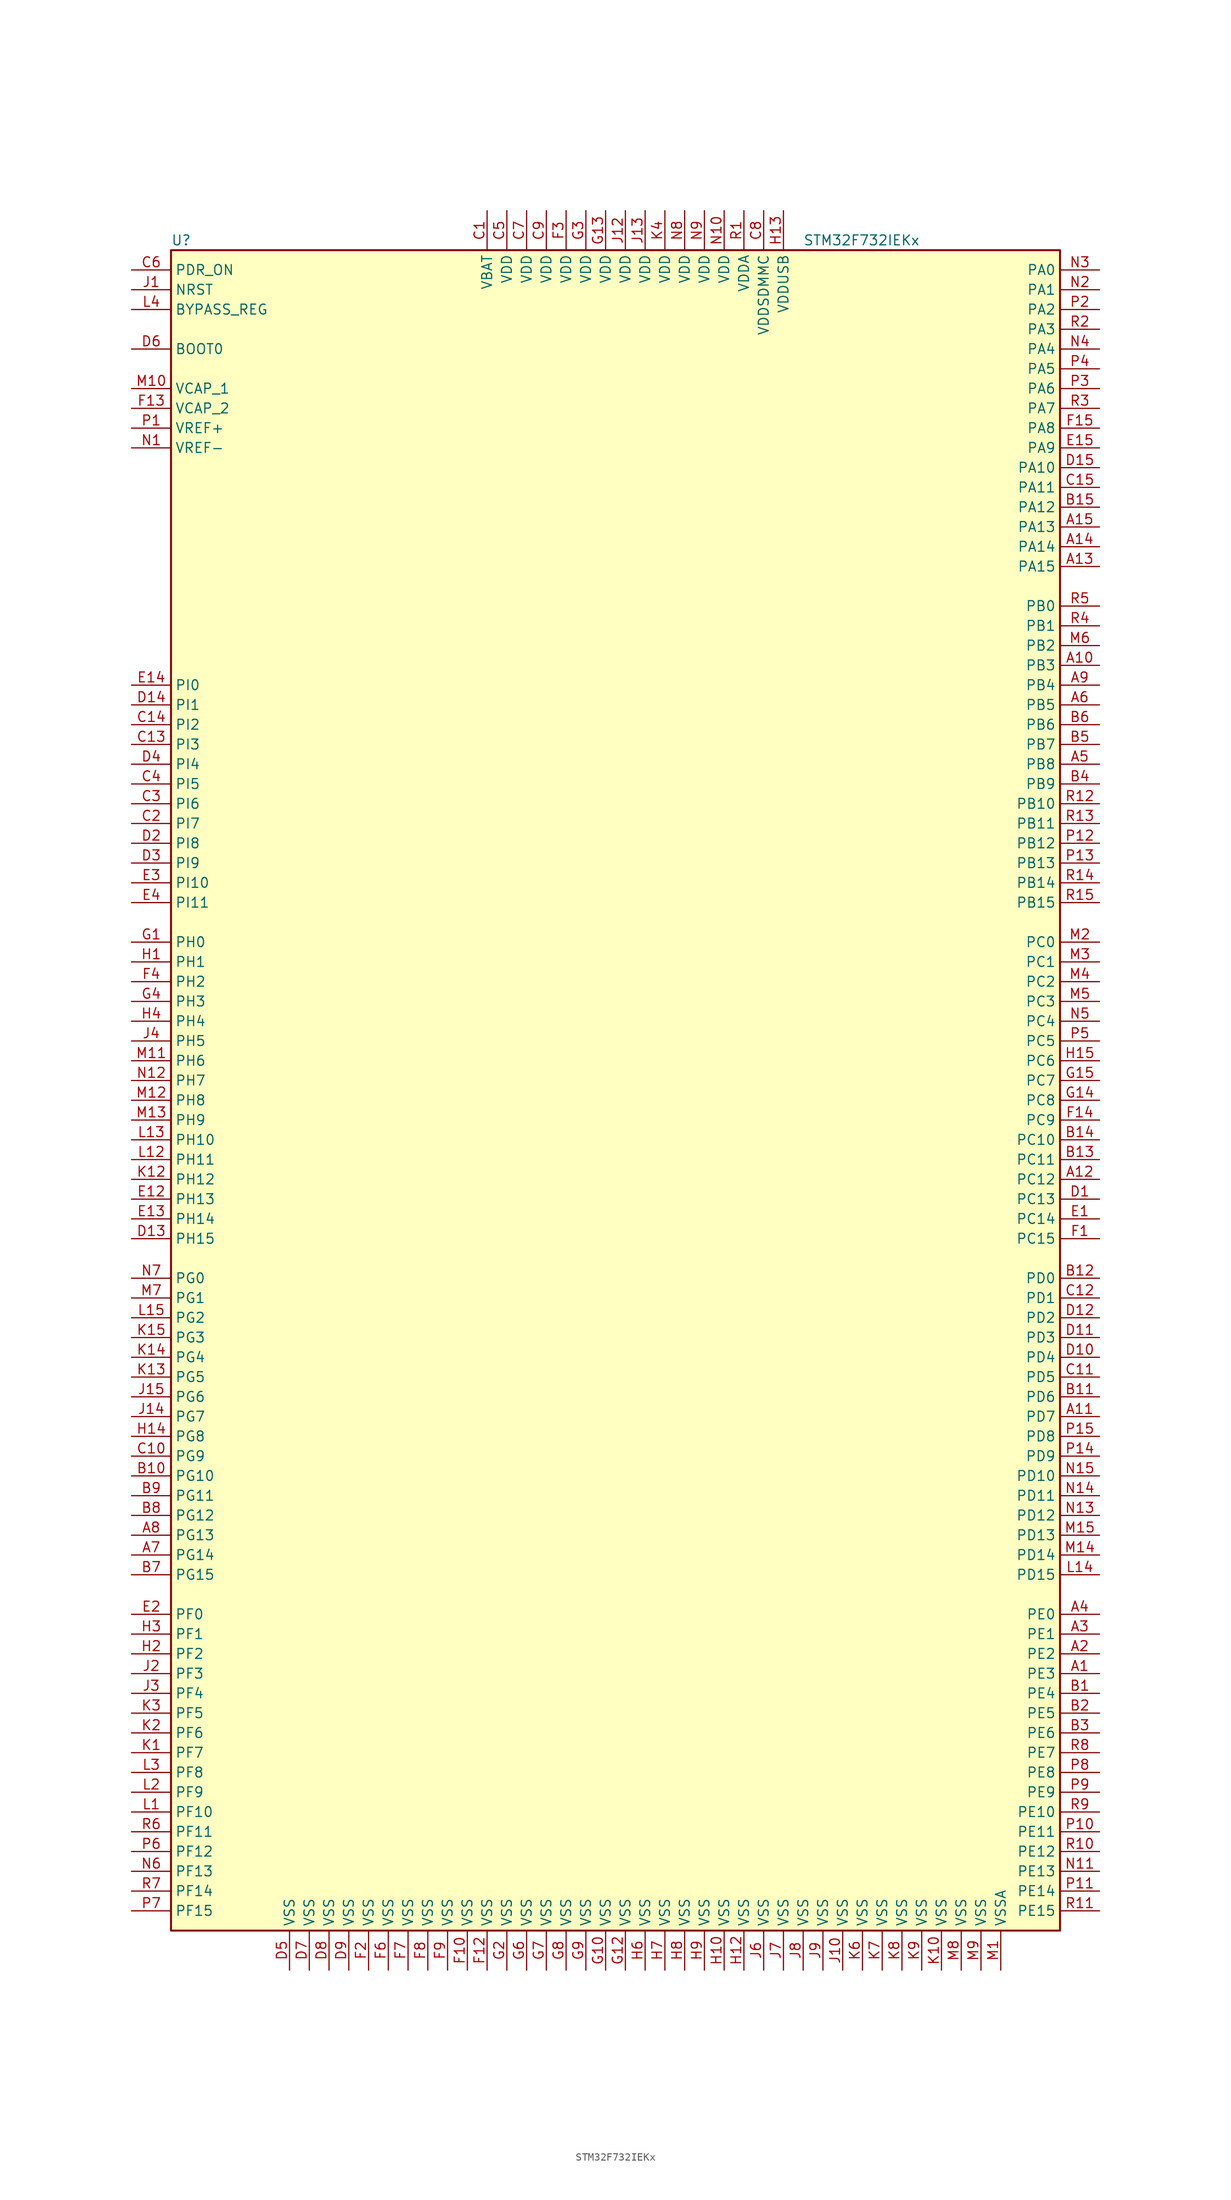
<source format=kicad_sym>
(kicad_symbol_lib
  (version 20201005)
  (generator kicad_symbol_editor)
  (symbol "STM32F732IEKx"
    (property "Reference" "U"
      (at -58.42 107.95 0)
      (effects (font (size 1.27 1.27)) (justify left)))
    (property "Value" "STM32F732IEKx"
      (at 22.86 107.95 0)
      (effects (font (size 1.27 1.27)) (justify left)))
    (symbol "STM32F732IEKx_0_1"
      (rectangle (start -58.42 -109.22) (end 55.88 106.68) (stroke (width 0.254)) (fill (type background))))
    (symbol "STM32F732IEKx_1_1"
      (pin bidirectional line (at 60.96 -76.2 180) (length 5.08) (name "PE3" (effects (font (size 1.27 1.27)))) (number "A1" (effects (font (size 1.27 1.27)))))
      (pin bidirectional line (at 60.96 53.34 180) (length 5.08) (name "PB3" (effects (font (size 1.27 1.27)))) (number "A10" (effects (font (size 1.27 1.27)))))
      (pin bidirectional line (at 60.96 -43.18 180) (length 5.08) (name "PD7" (effects (font (size 1.27 1.27)))) (number "A11" (effects (font (size 1.27 1.27)))))
      (pin bidirectional line (at 60.96 -12.7 180) (length 5.08) (name "PC12" (effects (font (size 1.27 1.27)))) (number "A12" (effects (font (size 1.27 1.27)))))
      (pin bidirectional line (at 60.96 66.04 180) (length 5.08) (name "PA15" (effects (font (size 1.27 1.27)))) (number "A13" (effects (font (size 1.27 1.27)))))
      (pin bidirectional line (at 60.96 68.58 180) (length 5.08) (name "PA14" (effects (font (size 1.27 1.27)))) (number "A14" (effects (font (size 1.27 1.27)))))
      (pin bidirectional line (at 60.96 71.12 180) (length 5.08) (name "PA13" (effects (font (size 1.27 1.27)))) (number "A15" (effects (font (size 1.27 1.27)))))
      (pin bidirectional line (at 60.96 -73.66 180) (length 5.08) (name "PE2" (effects (font (size 1.27 1.27)))) (number "A2" (effects (font (size 1.27 1.27)))))
      (pin bidirectional line (at 60.96 -71.12 180) (length 5.08) (name "PE1" (effects (font (size 1.27 1.27)))) (number "A3" (effects (font (size 1.27 1.27)))))
      (pin bidirectional line (at 60.96 -68.58 180) (length 5.08) (name "PE0" (effects (font (size 1.27 1.27)))) (number "A4" (effects (font (size 1.27 1.27)))))
      (pin bidirectional line (at 60.96 40.64 180) (length 5.08) (name "PB8" (effects (font (size 1.27 1.27)))) (number "A5" (effects (font (size 1.27 1.27)))))
      (pin bidirectional line (at 60.96 48.26 180) (length 5.08) (name "PB5" (effects (font (size 1.27 1.27)))) (number "A6" (effects (font (size 1.27 1.27)))))
      (pin bidirectional line (at -63.5 -60.96 0) (length 5.08) (name "PG14" (effects (font (size 1.27 1.27)))) (number "A7" (effects (font (size 1.27 1.27)))))
      (pin bidirectional line (at -63.5 -58.42 0) (length 5.08) (name "PG13" (effects (font (size 1.27 1.27)))) (number "A8" (effects (font (size 1.27 1.27)))))
      (pin bidirectional line (at 60.96 50.8 180) (length 5.08) (name "PB4" (effects (font (size 1.27 1.27)))) (number "A9" (effects (font (size 1.27 1.27)))))
      (pin bidirectional line (at 60.96 -78.74 180) (length 5.08) (name "PE4" (effects (font (size 1.27 1.27)))) (number "B1" (effects (font (size 1.27 1.27)))))
      (pin bidirectional line (at -63.5 -50.8 0) (length 5.08) (name "PG10" (effects (font (size 1.27 1.27)))) (number "B10" (effects (font (size 1.27 1.27)))))
      (pin bidirectional line (at 60.96 -40.64 180) (length 5.08) (name "PD6" (effects (font (size 1.27 1.27)))) (number "B11" (effects (font (size 1.27 1.27)))))
      (pin bidirectional line (at 60.96 -25.4 180) (length 5.08) (name "PD0" (effects (font (size 1.27 1.27)))) (number "B12" (effects (font (size 1.27 1.27)))))
      (pin bidirectional line (at 60.96 -10.16 180) (length 5.08) (name "PC11" (effects (font (size 1.27 1.27)))) (number "B13" (effects (font (size 1.27 1.27)))))
      (pin bidirectional line (at 60.96 -7.62 180) (length 5.08) (name "PC10" (effects (font (size 1.27 1.27)))) (number "B14" (effects (font (size 1.27 1.27)))))
      (pin bidirectional line (at 60.96 73.66 180) (length 5.08) (name "PA12" (effects (font (size 1.27 1.27)))) (number "B15" (effects (font (size 1.27 1.27)))))
      (pin bidirectional line (at 60.96 -81.28 180) (length 5.08) (name "PE5" (effects (font (size 1.27 1.27)))) (number "B2" (effects (font (size 1.27 1.27)))))
      (pin bidirectional line (at 60.96 -83.82 180) (length 5.08) (name "PE6" (effects (font (size 1.27 1.27)))) (number "B3" (effects (font (size 1.27 1.27)))))
      (pin bidirectional line (at 60.96 38.1 180) (length 5.08) (name "PB9" (effects (font (size 1.27 1.27)))) (number "B4" (effects (font (size 1.27 1.27)))))
      (pin bidirectional line (at 60.96 43.18 180) (length 5.08) (name "PB7" (effects (font (size 1.27 1.27)))) (number "B5" (effects (font (size 1.27 1.27)))))
      (pin bidirectional line (at 60.96 45.72 180) (length 5.08) (name "PB6" (effects (font (size 1.27 1.27)))) (number "B6" (effects (font (size 1.27 1.27)))))
      (pin bidirectional line (at -63.5 -63.5 0) (length 5.08) (name "PG15" (effects (font (size 1.27 1.27)))) (number "B7" (effects (font (size 1.27 1.27)))))
      (pin bidirectional line (at -63.5 -55.88 0) (length 5.08) (name "PG12" (effects (font (size 1.27 1.27)))) (number "B8" (effects (font (size 1.27 1.27)))))
      (pin bidirectional line (at -63.5 -53.34 0) (length 5.08) (name "PG11" (effects (font (size 1.27 1.27)))) (number "B9" (effects (font (size 1.27 1.27)))))
      (pin power_in line (at -17.78 111.76 270) (length 5.08) (name "VBAT" (effects (font (size 1.27 1.27)))) (number "C1" (effects (font (size 1.27 1.27)))))
      (pin bidirectional line (at -63.5 -48.26 0) (length 5.08) (name "PG9" (effects (font (size 1.27 1.27)))) (number "C10" (effects (font (size 1.27 1.27)))))
      (pin bidirectional line (at 60.96 -38.1 180) (length 5.08) (name "PD5" (effects (font (size 1.27 1.27)))) (number "C11" (effects (font (size 1.27 1.27)))))
      (pin bidirectional line (at 60.96 -27.94 180) (length 5.08) (name "PD1" (effects (font (size 1.27 1.27)))) (number "C12" (effects (font (size 1.27 1.27)))))
      (pin bidirectional line (at -63.5 43.18 0) (length 5.08) (name "PI3" (effects (font (size 1.27 1.27)))) (number "C13" (effects (font (size 1.27 1.27)))))
      (pin bidirectional line (at -63.5 45.72 0) (length 5.08) (name "PI2" (effects (font (size 1.27 1.27)))) (number "C14" (effects (font (size 1.27 1.27)))))
      (pin bidirectional line (at 60.96 76.2 180) (length 5.08) (name "PA11" (effects (font (size 1.27 1.27)))) (number "C15" (effects (font (size 1.27 1.27)))))
      (pin bidirectional line (at -63.5 33.02 0) (length 5.08) (name "PI7" (effects (font (size 1.27 1.27)))) (number "C2" (effects (font (size 1.27 1.27)))))
      (pin bidirectional line (at -63.5 35.56 0) (length 5.08) (name "PI6" (effects (font (size 1.27 1.27)))) (number "C3" (effects (font (size 1.27 1.27)))))
      (pin bidirectional line (at -63.5 38.1 0) (length 5.08) (name "PI5" (effects (font (size 1.27 1.27)))) (number "C4" (effects (font (size 1.27 1.27)))))
      (pin power_in line (at -15.24 111.76 270) (length 5.08) (name "VDD" (effects (font (size 1.27 1.27)))) (number "C5" (effects (font (size 1.27 1.27)))))
      (pin input line (at -63.5 104.14 0) (length 5.08) (name "PDR_ON" (effects (font (size 1.27 1.27)))) (number "C6" (effects (font (size 1.27 1.27)))))
      (pin power_in line (at -12.7 111.76 270) (length 5.08) (name "VDD" (effects (font (size 1.27 1.27)))) (number "C7" (effects (font (size 1.27 1.27)))))
      (pin power_in line (at 17.78 111.76 270) (length 5.08) (name "VDDSDMMC" (effects (font (size 1.27 1.27)))) (number "C8" (effects (font (size 1.27 1.27)))))
      (pin power_in line (at -10.16 111.76 270) (length 5.08) (name "VDD" (effects (font (size 1.27 1.27)))) (number "C9" (effects (font (size 1.27 1.27)))))
      (pin bidirectional line (at 60.96 -15.24 180) (length 5.08) (name "PC13" (effects (font (size 1.27 1.27)))) (number "D1" (effects (font (size 1.27 1.27)))))
      (pin bidirectional line (at 60.96 -35.56 180) (length 5.08) (name "PD4" (effects (font (size 1.27 1.27)))) (number "D10" (effects (font (size 1.27 1.27)))))
      (pin bidirectional line (at 60.96 -33.02 180) (length 5.08) (name "PD3" (effects (font (size 1.27 1.27)))) (number "D11" (effects (font (size 1.27 1.27)))))
      (pin bidirectional line (at 60.96 -30.48 180) (length 5.08) (name "PD2" (effects (font (size 1.27 1.27)))) (number "D12" (effects (font (size 1.27 1.27)))))
      (pin bidirectional line (at -63.5 -20.32 0) (length 5.08) (name "PH15" (effects (font (size 1.27 1.27)))) (number "D13" (effects (font (size 1.27 1.27)))))
      (pin bidirectional line (at -63.5 48.26 0) (length 5.08) (name "PI1" (effects (font (size 1.27 1.27)))) (number "D14" (effects (font (size 1.27 1.27)))))
      (pin bidirectional line (at 60.96 78.74 180) (length 5.08) (name "PA10" (effects (font (size 1.27 1.27)))) (number "D15" (effects (font (size 1.27 1.27)))))
      (pin bidirectional line (at -63.5 30.48 0) (length 5.08) (name "PI8" (effects (font (size 1.27 1.27)))) (number "D2" (effects (font (size 1.27 1.27)))))
      (pin bidirectional line (at -63.5 27.94 0) (length 5.08) (name "PI9" (effects (font (size 1.27 1.27)))) (number "D3" (effects (font (size 1.27 1.27)))))
      (pin bidirectional line (at -63.5 40.64 0) (length 5.08) (name "PI4" (effects (font (size 1.27 1.27)))) (number "D4" (effects (font (size 1.27 1.27)))))
      (pin power_in line (at -43.18 -114.3 90) (length 5.08) (name "VSS" (effects (font (size 1.27 1.27)))) (number "D5" (effects (font (size 1.27 1.27)))))
      (pin input line (at -63.5 93.98 0) (length 5.08) (name "BOOT0" (effects (font (size 1.27 1.27)))) (number "D6" (effects (font (size 1.27 1.27)))))
      (pin power_in line (at -40.64 -114.3 90) (length 5.08) (name "VSS" (effects (font (size 1.27 1.27)))) (number "D7" (effects (font (size 1.27 1.27)))))
      (pin power_in line (at -38.1 -114.3 90) (length 5.08) (name "VSS" (effects (font (size 1.27 1.27)))) (number "D8" (effects (font (size 1.27 1.27)))))
      (pin power_in line (at -35.56 -114.3 90) (length 5.08) (name "VSS" (effects (font (size 1.27 1.27)))) (number "D9" (effects (font (size 1.27 1.27)))))
      (pin bidirectional line (at 60.96 -17.78 180) (length 5.08) (name "PC14" (effects (font (size 1.27 1.27)))) (number "E1" (effects (font (size 1.27 1.27)))))
      (pin bidirectional line (at -63.5 -15.24 0) (length 5.08) (name "PH13" (effects (font (size 1.27 1.27)))) (number "E12" (effects (font (size 1.27 1.27)))))
      (pin bidirectional line (at -63.5 -17.78 0) (length 5.08) (name "PH14" (effects (font (size 1.27 1.27)))) (number "E13" (effects (font (size 1.27 1.27)))))
      (pin bidirectional line (at -63.5 50.8 0) (length 5.08) (name "PI0" (effects (font (size 1.27 1.27)))) (number "E14" (effects (font (size 1.27 1.27)))))
      (pin bidirectional line (at 60.96 81.28 180) (length 5.08) (name "PA9" (effects (font (size 1.27 1.27)))) (number "E15" (effects (font (size 1.27 1.27)))))
      (pin bidirectional line (at -63.5 -68.58 0) (length 5.08) (name "PF0" (effects (font (size 1.27 1.27)))) (number "E2" (effects (font (size 1.27 1.27)))))
      (pin bidirectional line (at -63.5 25.4 0) (length 5.08) (name "PI10" (effects (font (size 1.27 1.27)))) (number "E3" (effects (font (size 1.27 1.27)))))
      (pin bidirectional line (at -63.5 22.86 0) (length 5.08) (name "PI11" (effects (font (size 1.27 1.27)))) (number "E4" (effects (font (size 1.27 1.27)))))
      (pin bidirectional line (at 60.96 -20.32 180) (length 5.08) (name "PC15" (effects (font (size 1.27 1.27)))) (number "F1" (effects (font (size 1.27 1.27)))))
      (pin power_in line (at -20.32 -114.3 90) (length 5.08) (name "VSS" (effects (font (size 1.27 1.27)))) (number "F10" (effects (font (size 1.27 1.27)))))
      (pin power_in line (at -17.78 -114.3 90) (length 5.08) (name "VSS" (effects (font (size 1.27 1.27)))) (number "F12" (effects (font (size 1.27 1.27)))))
      (pin power_in line (at -63.5 86.36 0) (length 5.08) (name "VCAP_2" (effects (font (size 1.27 1.27)))) (number "F13" (effects (font (size 1.27 1.27)))))
      (pin bidirectional line (at 60.96 -5.08 180) (length 5.08) (name "PC9" (effects (font (size 1.27 1.27)))) (number "F14" (effects (font (size 1.27 1.27)))))
      (pin bidirectional line (at 60.96 83.82 180) (length 5.08) (name "PA8" (effects (font (size 1.27 1.27)))) (number "F15" (effects (font (size 1.27 1.27)))))
      (pin power_in line (at -33.02 -114.3 90) (length 5.08) (name "VSS" (effects (font (size 1.27 1.27)))) (number "F2" (effects (font (size 1.27 1.27)))))
      (pin power_in line (at -7.62 111.76 270) (length 5.08) (name "VDD" (effects (font (size 1.27 1.27)))) (number "F3" (effects (font (size 1.27 1.27)))))
      (pin bidirectional line (at -63.5 12.7 0) (length 5.08) (name "PH2" (effects (font (size 1.27 1.27)))) (number "F4" (effects (font (size 1.27 1.27)))))
      (pin power_in line (at -30.48 -114.3 90) (length 5.08) (name "VSS" (effects (font (size 1.27 1.27)))) (number "F6" (effects (font (size 1.27 1.27)))))
      (pin power_in line (at -27.94 -114.3 90) (length 5.08) (name "VSS" (effects (font (size 1.27 1.27)))) (number "F7" (effects (font (size 1.27 1.27)))))
      (pin power_in line (at -25.4 -114.3 90) (length 5.08) (name "VSS" (effects (font (size 1.27 1.27)))) (number "F8" (effects (font (size 1.27 1.27)))))
      (pin power_in line (at -22.86 -114.3 90) (length 5.08) (name "VSS" (effects (font (size 1.27 1.27)))) (number "F9" (effects (font (size 1.27 1.27)))))
      (pin input line (at -63.5 17.78 0) (length 5.08) (name "PH0" (effects (font (size 1.27 1.27)))) (number "G1" (effects (font (size 1.27 1.27)))))
      (pin power_in line (at -2.54 -114.3 90) (length 5.08) (name "VSS" (effects (font (size 1.27 1.27)))) (number "G10" (effects (font (size 1.27 1.27)))))
      (pin power_in line (at 0 -114.3 90) (length 5.08) (name "VSS" (effects (font (size 1.27 1.27)))) (number "G12" (effects (font (size 1.27 1.27)))))
      (pin power_in line (at -2.54 111.76 270) (length 5.08) (name "VDD" (effects (font (size 1.27 1.27)))) (number "G13" (effects (font (size 1.27 1.27)))))
      (pin bidirectional line (at 60.96 -2.54 180) (length 5.08) (name "PC8" (effects (font (size 1.27 1.27)))) (number "G14" (effects (font (size 1.27 1.27)))))
      (pin bidirectional line (at 60.96 0 180) (length 5.08) (name "PC7" (effects (font (size 1.27 1.27)))) (number "G15" (effects (font (size 1.27 1.27)))))
      (pin power_in line (at -15.24 -114.3 90) (length 5.08) (name "VSS" (effects (font (size 1.27 1.27)))) (number "G2" (effects (font (size 1.27 1.27)))))
      (pin power_in line (at -5.08 111.76 270) (length 5.08) (name "VDD" (effects (font (size 1.27 1.27)))) (number "G3" (effects (font (size 1.27 1.27)))))
      (pin bidirectional line (at -63.5 10.16 0) (length 5.08) (name "PH3" (effects (font (size 1.27 1.27)))) (number "G4" (effects (font (size 1.27 1.27)))))
      (pin power_in line (at -12.7 -114.3 90) (length 5.08) (name "VSS" (effects (font (size 1.27 1.27)))) (number "G6" (effects (font (size 1.27 1.27)))))
      (pin power_in line (at -10.16 -114.3 90) (length 5.08) (name "VSS" (effects (font (size 1.27 1.27)))) (number "G7" (effects (font (size 1.27 1.27)))))
      (pin power_in line (at -7.62 -114.3 90) (length 5.08) (name "VSS" (effects (font (size 1.27 1.27)))) (number "G8" (effects (font (size 1.27 1.27)))))
      (pin power_in line (at -5.08 -114.3 90) (length 5.08) (name "VSS" (effects (font (size 1.27 1.27)))) (number "G9" (effects (font (size 1.27 1.27)))))
      (pin input line (at -63.5 15.24 0) (length 5.08) (name "PH1" (effects (font (size 1.27 1.27)))) (number "H1" (effects (font (size 1.27 1.27)))))
      (pin power_in line (at 12.7 -114.3 90) (length 5.08) (name "VSS" (effects (font (size 1.27 1.27)))) (number "H10" (effects (font (size 1.27 1.27)))))
      (pin power_in line (at 15.24 -114.3 90) (length 5.08) (name "VSS" (effects (font (size 1.27 1.27)))) (number "H12" (effects (font (size 1.27 1.27)))))
      (pin power_in line (at 20.32 111.76 270) (length 5.08) (name "VDDUSB" (effects (font (size 1.27 1.27)))) (number "H13" (effects (font (size 1.27 1.27)))))
      (pin bidirectional line (at -63.5 -45.72 0) (length 5.08) (name "PG8" (effects (font (size 1.27 1.27)))) (number "H14" (effects (font (size 1.27 1.27)))))
      (pin bidirectional line (at 60.96 2.54 180) (length 5.08) (name "PC6" (effects (font (size 1.27 1.27)))) (number "H15" (effects (font (size 1.27 1.27)))))
      (pin bidirectional line (at -63.5 -73.66 0) (length 5.08) (name "PF2" (effects (font (size 1.27 1.27)))) (number "H2" (effects (font (size 1.27 1.27)))))
      (pin bidirectional line (at -63.5 -71.12 0) (length 5.08) (name "PF1" (effects (font (size 1.27 1.27)))) (number "H3" (effects (font (size 1.27 1.27)))))
      (pin bidirectional line (at -63.5 7.62 0) (length 5.08) (name "PH4" (effects (font (size 1.27 1.27)))) (number "H4" (effects (font (size 1.27 1.27)))))
      (pin power_in line (at 2.54 -114.3 90) (length 5.08) (name "VSS" (effects (font (size 1.27 1.27)))) (number "H6" (effects (font (size 1.27 1.27)))))
      (pin power_in line (at 5.08 -114.3 90) (length 5.08) (name "VSS" (effects (font (size 1.27 1.27)))) (number "H7" (effects (font (size 1.27 1.27)))))
      (pin power_in line (at 7.62 -114.3 90) (length 5.08) (name "VSS" (effects (font (size 1.27 1.27)))) (number "H8" (effects (font (size 1.27 1.27)))))
      (pin power_in line (at 10.16 -114.3 90) (length 5.08) (name "VSS" (effects (font (size 1.27 1.27)))) (number "H9" (effects (font (size 1.27 1.27)))))
      (pin input line (at -63.5 101.6 0) (length 5.08) (name "NRST" (effects (font (size 1.27 1.27)))) (number "J1" (effects (font (size 1.27 1.27)))))
      (pin power_in line (at 27.94 -114.3 90) (length 5.08) (name "VSS" (effects (font (size 1.27 1.27)))) (number "J10" (effects (font (size 1.27 1.27)))))
      (pin power_in line (at 0 111.76 270) (length 5.08) (name "VDD" (effects (font (size 1.27 1.27)))) (number "J12" (effects (font (size 1.27 1.27)))))
      (pin power_in line (at 2.54 111.76 270) (length 5.08) (name "VDD" (effects (font (size 1.27 1.27)))) (number "J13" (effects (font (size 1.27 1.27)))))
      (pin bidirectional line (at -63.5 -43.18 0) (length 5.08) (name "PG7" (effects (font (size 1.27 1.27)))) (number "J14" (effects (font (size 1.27 1.27)))))
      (pin bidirectional line (at -63.5 -40.64 0) (length 5.08) (name "PG6" (effects (font (size 1.27 1.27)))) (number "J15" (effects (font (size 1.27 1.27)))))
      (pin bidirectional line (at -63.5 -76.2 0) (length 5.08) (name "PF3" (effects (font (size 1.27 1.27)))) (number "J2" (effects (font (size 1.27 1.27)))))
      (pin bidirectional line (at -63.5 -78.74 0) (length 5.08) (name "PF4" (effects (font (size 1.27 1.27)))) (number "J3" (effects (font (size 1.27 1.27)))))
      (pin bidirectional line (at -63.5 5.08 0) (length 5.08) (name "PH5" (effects (font (size 1.27 1.27)))) (number "J4" (effects (font (size 1.27 1.27)))))
      (pin power_in line (at 17.78 -114.3 90) (length 5.08) (name "VSS" (effects (font (size 1.27 1.27)))) (number "J6" (effects (font (size 1.27 1.27)))))
      (pin power_in line (at 20.32 -114.3 90) (length 5.08) (name "VSS" (effects (font (size 1.27 1.27)))) (number "J7" (effects (font (size 1.27 1.27)))))
      (pin power_in line (at 22.86 -114.3 90) (length 5.08) (name "VSS" (effects (font (size 1.27 1.27)))) (number "J8" (effects (font (size 1.27 1.27)))))
      (pin power_in line (at 25.4 -114.3 90) (length 5.08) (name "VSS" (effects (font (size 1.27 1.27)))) (number "J9" (effects (font (size 1.27 1.27)))))
      (pin bidirectional line (at -63.5 -86.36 0) (length 5.08) (name "PF7" (effects (font (size 1.27 1.27)))) (number "K1" (effects (font (size 1.27 1.27)))))
      (pin power_in line (at 40.64 -114.3 90) (length 5.08) (name "VSS" (effects (font (size 1.27 1.27)))) (number "K10" (effects (font (size 1.27 1.27)))))
      (pin bidirectional line (at -63.5 -12.7 0) (length 5.08) (name "PH12" (effects (font (size 1.27 1.27)))) (number "K12" (effects (font (size 1.27 1.27)))))
      (pin bidirectional line (at -63.5 -38.1 0) (length 5.08) (name "PG5" (effects (font (size 1.27 1.27)))) (number "K13" (effects (font (size 1.27 1.27)))))
      (pin bidirectional line (at -63.5 -35.56 0) (length 5.08) (name "PG4" (effects (font (size 1.27 1.27)))) (number "K14" (effects (font (size 1.27 1.27)))))
      (pin bidirectional line (at -63.5 -33.02 0) (length 5.08) (name "PG3" (effects (font (size 1.27 1.27)))) (number "K15" (effects (font (size 1.27 1.27)))))
      (pin bidirectional line (at -63.5 -83.82 0) (length 5.08) (name "PF6" (effects (font (size 1.27 1.27)))) (number "K2" (effects (font (size 1.27 1.27)))))
      (pin bidirectional line (at -63.5 -81.28 0) (length 5.08) (name "PF5" (effects (font (size 1.27 1.27)))) (number "K3" (effects (font (size 1.27 1.27)))))
      (pin power_in line (at 5.08 111.76 270) (length 5.08) (name "VDD" (effects (font (size 1.27 1.27)))) (number "K4" (effects (font (size 1.27 1.27)))))
      (pin power_in line (at 30.48 -114.3 90) (length 5.08) (name "VSS" (effects (font (size 1.27 1.27)))) (number "K6" (effects (font (size 1.27 1.27)))))
      (pin power_in line (at 33.02 -114.3 90) (length 5.08) (name "VSS" (effects (font (size 1.27 1.27)))) (number "K7" (effects (font (size 1.27 1.27)))))
      (pin power_in line (at 35.56 -114.3 90) (length 5.08) (name "VSS" (effects (font (size 1.27 1.27)))) (number "K8" (effects (font (size 1.27 1.27)))))
      (pin power_in line (at 38.1 -114.3 90) (length 5.08) (name "VSS" (effects (font (size 1.27 1.27)))) (number "K9" (effects (font (size 1.27 1.27)))))
      (pin bidirectional line (at -63.5 -93.98 0) (length 5.08) (name "PF10" (effects (font (size 1.27 1.27)))) (number "L1" (effects (font (size 1.27 1.27)))))
      (pin bidirectional line (at -63.5 -10.16 0) (length 5.08) (name "PH11" (effects (font (size 1.27 1.27)))) (number "L12" (effects (font (size 1.27 1.27)))))
      (pin bidirectional line (at -63.5 -7.62 0) (length 5.08) (name "PH10" (effects (font (size 1.27 1.27)))) (number "L13" (effects (font (size 1.27 1.27)))))
      (pin bidirectional line (at 60.96 -63.5 180) (length 5.08) (name "PD15" (effects (font (size 1.27 1.27)))) (number "L14" (effects (font (size 1.27 1.27)))))
      (pin bidirectional line (at -63.5 -30.48 0) (length 5.08) (name "PG2" (effects (font (size 1.27 1.27)))) (number "L15" (effects (font (size 1.27 1.27)))))
      (pin bidirectional line (at -63.5 -91.44 0) (length 5.08) (name "PF9" (effects (font (size 1.27 1.27)))) (number "L2" (effects (font (size 1.27 1.27)))))
      (pin bidirectional line (at -63.5 -88.9 0) (length 5.08) (name "PF8" (effects (font (size 1.27 1.27)))) (number "L3" (effects (font (size 1.27 1.27)))))
      (pin input line (at -63.5 99.06 0) (length 5.08) (name "BYPASS_REG" (effects (font (size 1.27 1.27)))) (number "L4" (effects (font (size 1.27 1.27)))))
      (pin power_in line (at 48.26 -114.3 90) (length 5.08) (name "VSSA" (effects (font (size 1.27 1.27)))) (number "M1" (effects (font (size 1.27 1.27)))))
      (pin power_in line (at -63.5 88.9 0) (length 5.08) (name "VCAP_1" (effects (font (size 1.27 1.27)))) (number "M10" (effects (font (size 1.27 1.27)))))
      (pin bidirectional line (at -63.5 2.54 0) (length 5.08) (name "PH6" (effects (font (size 1.27 1.27)))) (number "M11" (effects (font (size 1.27 1.27)))))
      (pin bidirectional line (at -63.5 -2.54 0) (length 5.08) (name "PH8" (effects (font (size 1.27 1.27)))) (number "M12" (effects (font (size 1.27 1.27)))))
      (pin bidirectional line (at -63.5 -5.08 0) (length 5.08) (name "PH9" (effects (font (size 1.27 1.27)))) (number "M13" (effects (font (size 1.27 1.27)))))
      (pin bidirectional line (at 60.96 -60.96 180) (length 5.08) (name "PD14" (effects (font (size 1.27 1.27)))) (number "M14" (effects (font (size 1.27 1.27)))))
      (pin bidirectional line (at 60.96 -58.42 180) (length 5.08) (name "PD13" (effects (font (size 1.27 1.27)))) (number "M15" (effects (font (size 1.27 1.27)))))
      (pin bidirectional line (at 60.96 17.78 180) (length 5.08) (name "PC0" (effects (font (size 1.27 1.27)))) (number "M2" (effects (font (size 1.27 1.27)))))
      (pin bidirectional line (at 60.96 15.24 180) (length 5.08) (name "PC1" (effects (font (size 1.27 1.27)))) (number "M3" (effects (font (size 1.27 1.27)))))
      (pin bidirectional line (at 60.96 12.7 180) (length 5.08) (name "PC2" (effects (font (size 1.27 1.27)))) (number "M4" (effects (font (size 1.27 1.27)))))
      (pin bidirectional line (at 60.96 10.16 180) (length 5.08) (name "PC3" (effects (font (size 1.27 1.27)))) (number "M5" (effects (font (size 1.27 1.27)))))
      (pin bidirectional line (at 60.96 55.88 180) (length 5.08) (name "PB2" (effects (font (size 1.27 1.27)))) (number "M6" (effects (font (size 1.27 1.27)))))
      (pin bidirectional line (at -63.5 -27.94 0) (length 5.08) (name "PG1" (effects (font (size 1.27 1.27)))) (number "M7" (effects (font (size 1.27 1.27)))))
      (pin power_in line (at 43.18 -114.3 90) (length 5.08) (name "VSS" (effects (font (size 1.27 1.27)))) (number "M8" (effects (font (size 1.27 1.27)))))
      (pin power_in line (at 45.72 -114.3 90) (length 5.08) (name "VSS" (effects (font (size 1.27 1.27)))) (number "M9" (effects (font (size 1.27 1.27)))))
      (pin power_in line (at -63.5 81.28 0) (length 5.08) (name "VREF-" (effects (font (size 1.27 1.27)))) (number "N1" (effects (font (size 1.27 1.27)))))
      (pin power_in line (at 12.7 111.76 270) (length 5.08) (name "VDD" (effects (font (size 1.27 1.27)))) (number "N10" (effects (font (size 1.27 1.27)))))
      (pin bidirectional line (at 60.96 -101.6 180) (length 5.08) (name "PE13" (effects (font (size 1.27 1.27)))) (number "N11" (effects (font (size 1.27 1.27)))))
      (pin bidirectional line (at -63.5 0 0) (length 5.08) (name "PH7" (effects (font (size 1.27 1.27)))) (number "N12" (effects (font (size 1.27 1.27)))))
      (pin bidirectional line (at 60.96 -55.88 180) (length 5.08) (name "PD12" (effects (font (size 1.27 1.27)))) (number "N13" (effects (font (size 1.27 1.27)))))
      (pin bidirectional line (at 60.96 -53.34 180) (length 5.08) (name "PD11" (effects (font (size 1.27 1.27)))) (number "N14" (effects (font (size 1.27 1.27)))))
      (pin bidirectional line (at 60.96 -50.8 180) (length 5.08) (name "PD10" (effects (font (size 1.27 1.27)))) (number "N15" (effects (font (size 1.27 1.27)))))
      (pin bidirectional line (at 60.96 101.6 180) (length 5.08) (name "PA1" (effects (font (size 1.27 1.27)))) (number "N2" (effects (font (size 1.27 1.27)))))
      (pin bidirectional line (at 60.96 104.14 180) (length 5.08) (name "PA0" (effects (font (size 1.27 1.27)))) (number "N3" (effects (font (size 1.27 1.27)))))
      (pin bidirectional line (at 60.96 93.98 180) (length 5.08) (name "PA4" (effects (font (size 1.27 1.27)))) (number "N4" (effects (font (size 1.27 1.27)))))
      (pin bidirectional line (at 60.96 7.62 180) (length 5.08) (name "PC4" (effects (font (size 1.27 1.27)))) (number "N5" (effects (font (size 1.27 1.27)))))
      (pin bidirectional line (at -63.5 -101.6 0) (length 5.08) (name "PF13" (effects (font (size 1.27 1.27)))) (number "N6" (effects (font (size 1.27 1.27)))))
      (pin bidirectional line (at -63.5 -25.4 0) (length 5.08) (name "PG0" (effects (font (size 1.27 1.27)))) (number "N7" (effects (font (size 1.27 1.27)))))
      (pin power_in line (at 7.62 111.76 270) (length 5.08) (name "VDD" (effects (font (size 1.27 1.27)))) (number "N8" (effects (font (size 1.27 1.27)))))
      (pin power_in line (at 10.16 111.76 270) (length 5.08) (name "VDD" (effects (font (size 1.27 1.27)))) (number "N9" (effects (font (size 1.27 1.27)))))
      (pin power_in line (at -63.5 83.82 0) (length 5.08) (name "VREF+" (effects (font (size 1.27 1.27)))) (number "P1" (effects (font (size 1.27 1.27)))))
      (pin bidirectional line (at 60.96 -96.52 180) (length 5.08) (name "PE11" (effects (font (size 1.27 1.27)))) (number "P10" (effects (font (size 1.27 1.27)))))
      (pin bidirectional line (at 60.96 -104.14 180) (length 5.08) (name "PE14" (effects (font (size 1.27 1.27)))) (number "P11" (effects (font (size 1.27 1.27)))))
      (pin bidirectional line (at 60.96 30.48 180) (length 5.08) (name "PB12" (effects (font (size 1.27 1.27)))) (number "P12" (effects (font (size 1.27 1.27)))))
      (pin bidirectional line (at 60.96 27.94 180) (length 5.08) (name "PB13" (effects (font (size 1.27 1.27)))) (number "P13" (effects (font (size 1.27 1.27)))))
      (pin bidirectional line (at 60.96 -48.26 180) (length 5.08) (name "PD9" (effects (font (size 1.27 1.27)))) (number "P14" (effects (font (size 1.27 1.27)))))
      (pin bidirectional line (at 60.96 -45.72 180) (length 5.08) (name "PD8" (effects (font (size 1.27 1.27)))) (number "P15" (effects (font (size 1.27 1.27)))))
      (pin bidirectional line (at 60.96 99.06 180) (length 5.08) (name "PA2" (effects (font (size 1.27 1.27)))) (number "P2" (effects (font (size 1.27 1.27)))))
      (pin bidirectional line (at 60.96 88.9 180) (length 5.08) (name "PA6" (effects (font (size 1.27 1.27)))) (number "P3" (effects (font (size 1.27 1.27)))))
      (pin bidirectional line (at 60.96 91.44 180) (length 5.08) (name "PA5" (effects (font (size 1.27 1.27)))) (number "P4" (effects (font (size 1.27 1.27)))))
      (pin bidirectional line (at 60.96 5.08 180) (length 5.08) (name "PC5" (effects (font (size 1.27 1.27)))) (number "P5" (effects (font (size 1.27 1.27)))))
      (pin bidirectional line (at -63.5 -99.06 0) (length 5.08) (name "PF12" (effects (font (size 1.27 1.27)))) (number "P6" (effects (font (size 1.27 1.27)))))
      (pin bidirectional line (at -63.5 -106.68 0) (length 5.08) (name "PF15" (effects (font (size 1.27 1.27)))) (number "P7" (effects (font (size 1.27 1.27)))))
      (pin bidirectional line (at 60.96 -88.9 180) (length 5.08) (name "PE8" (effects (font (size 1.27 1.27)))) (number "P8" (effects (font (size 1.27 1.27)))))
      (pin bidirectional line (at 60.96 -91.44 180) (length 5.08) (name "PE9" (effects (font (size 1.27 1.27)))) (number "P9" (effects (font (size 1.27 1.27)))))
      (pin power_in line (at 15.24 111.76 270) (length 5.08) (name "VDDA" (effects (font (size 1.27 1.27)))) (number "R1" (effects (font (size 1.27 1.27)))))
      (pin bidirectional line (at 60.96 -99.06 180) (length 5.08) (name "PE12" (effects (font (size 1.27 1.27)))) (number "R10" (effects (font (size 1.27 1.27)))))
      (pin bidirectional line (at 60.96 -106.68 180) (length 5.08) (name "PE15" (effects (font (size 1.27 1.27)))) (number "R11" (effects (font (size 1.27 1.27)))))
      (pin bidirectional line (at 60.96 35.56 180) (length 5.08) (name "PB10" (effects (font (size 1.27 1.27)))) (number "R12" (effects (font (size 1.27 1.27)))))
      (pin bidirectional line (at 60.96 33.02 180) (length 5.08) (name "PB11" (effects (font (size 1.27 1.27)))) (number "R13" (effects (font (size 1.27 1.27)))))
      (pin bidirectional line (at 60.96 25.4 180) (length 5.08) (name "PB14" (effects (font (size 1.27 1.27)))) (number "R14" (effects (font (size 1.27 1.27)))))
      (pin bidirectional line (at 60.96 22.86 180) (length 5.08) (name "PB15" (effects (font (size 1.27 1.27)))) (number "R15" (effects (font (size 1.27 1.27)))))
      (pin bidirectional line (at 60.96 96.52 180) (length 5.08) (name "PA3" (effects (font (size 1.27 1.27)))) (number "R2" (effects (font (size 1.27 1.27)))))
      (pin bidirectional line (at 60.96 86.36 180) (length 5.08) (name "PA7" (effects (font (size 1.27 1.27)))) (number "R3" (effects (font (size 1.27 1.27)))))
      (pin bidirectional line (at 60.96 58.42 180) (length 5.08) (name "PB1" (effects (font (size 1.27 1.27)))) (number "R4" (effects (font (size 1.27 1.27)))))
      (pin bidirectional line (at 60.96 60.96 180) (length 5.08) (name "PB0" (effects (font (size 1.27 1.27)))) (number "R5" (effects (font (size 1.27 1.27)))))
      (pin bidirectional line (at -63.5 -96.52 0) (length 5.08) (name "PF11" (effects (font (size 1.27 1.27)))) (number "R6" (effects (font (size 1.27 1.27)))))
      (pin bidirectional line (at -63.5 -104.14 0) (length 5.08) (name "PF14" (effects (font (size 1.27 1.27)))) (number "R7" (effects (font (size 1.27 1.27)))))
      (pin bidirectional line (at 60.96 -86.36 180) (length 5.08) (name "PE7" (effects (font (size 1.27 1.27)))) (number "R8" (effects (font (size 1.27 1.27)))))
      (pin bidirectional line (at 60.96 -93.98 180) (length 5.08) (name "PE10" (effects (font (size 1.27 1.27)))) (number "R9" (effects (font (size 1.27 1.27))))))))
</source>
